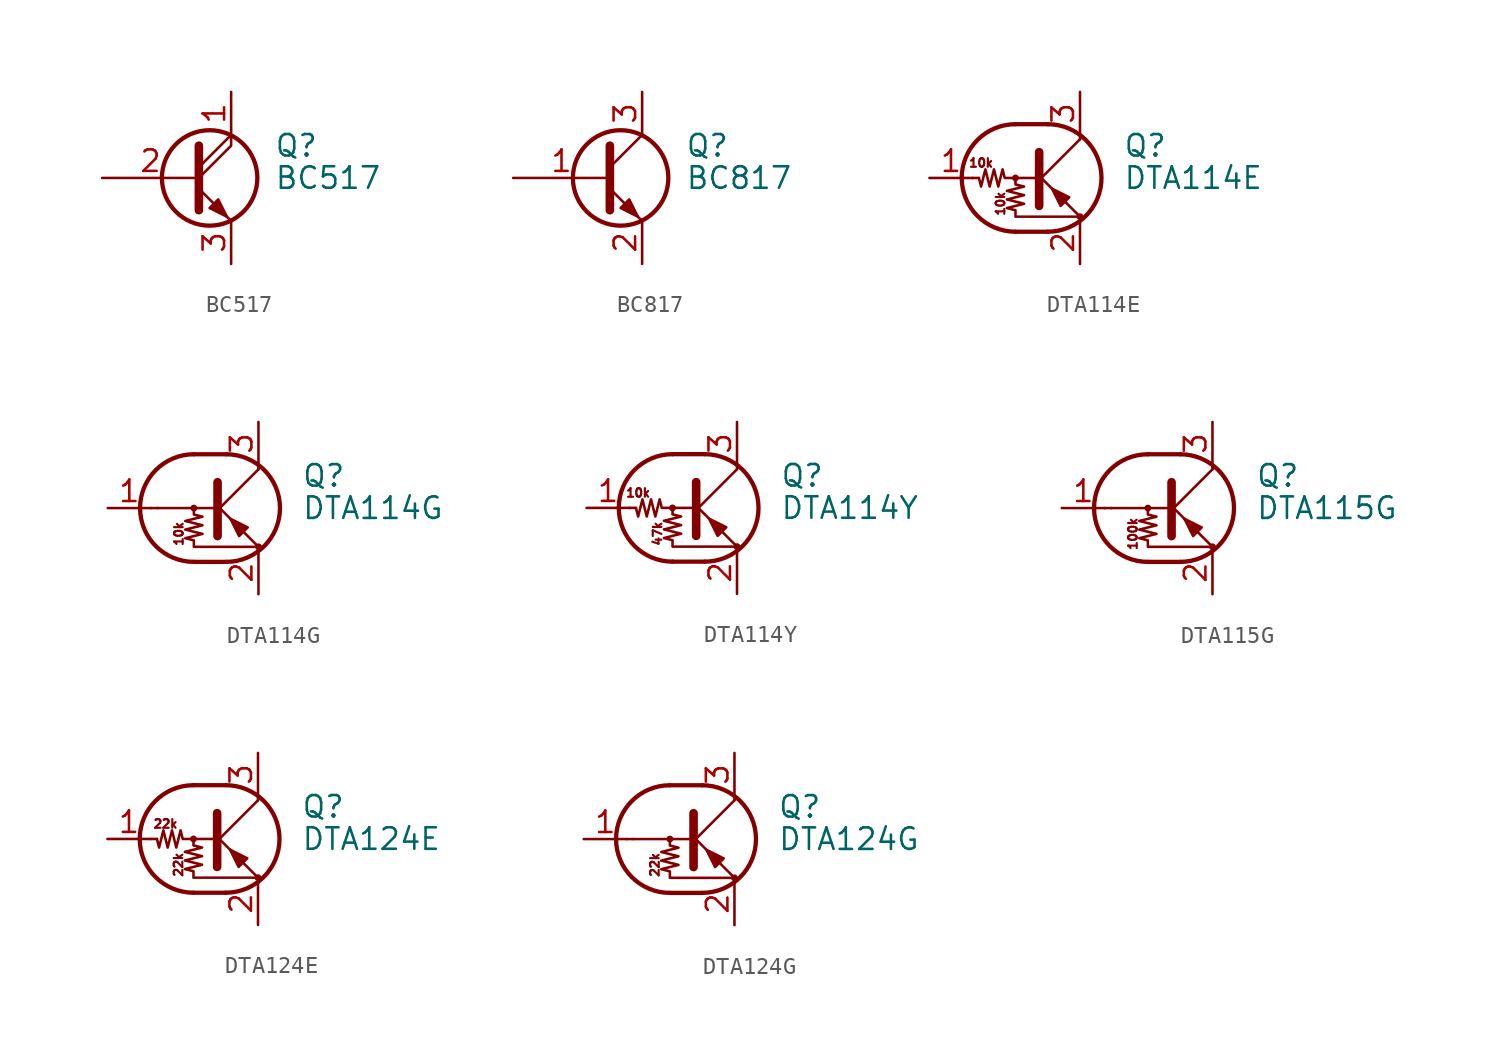
<source format=kicad_sym>
(kicad_symbol_lib
  (version 20220914)
  (generator kicad_symbol_editor)
  (symbol "BC517"
    (pin_names
      (offset 0) hide)
    (property "Reference" "Q"
      (at 5.08 1.905 0)
      (effects (font (size 1.27 1.27)) (justify left)))
    (property "Value" "BC517"
      (at 5.08 0 0)
      (effects (font (size 1.27 1.27)) (justify left)))
    (symbol "BC517_0_1"
      (polyline (pts (xy 0.635 0.635) (xy 2.54 2.54)) (stroke (width 0) (type solid)) (fill (type none)))
      (polyline (pts (xy 0.635 -0.635) (xy 2.54 -2.54) (xy 2.54 -2.54)) (stroke (width 0) (type solid)) (fill (type none)))
      (polyline (pts (xy 0.635 0) (xy 2.54 1.905) (xy 2.54 2.54)) (stroke (width 0) (type solid)) (fill (type none)))
      (polyline (pts (xy 0.635 1.905) (xy 0.635 -1.905) (xy 0.635 -1.905)) (stroke (width 0.508) (type solid)) (fill (type none)))
      (polyline (pts (xy 1.27 -1.778) (xy 1.778 -1.27) (xy 2.286 -2.286) (xy 1.27 -1.778) (xy 1.27 -1.778)) (stroke (width 0) (type solid)) (fill (type outline)))
      (circle (center 1.27 0) (radius 2.819) (stroke (width 0.254) (type solid)) (fill (type none))))
    (symbol "BC517_1_1"
      (pin passive line (at 2.54 5.08 270) (length 2.54) (name "C" (effects (font (size 1.27 1.27)))) (number "1" (effects (font (size 1.27 1.27)))))
      (pin input line (at -5.08 0 0) (length 5.715) (name "B" (effects (font (size 1.27 1.27)))) (number "2" (effects (font (size 1.27 1.27)))))
      (pin passive line (at 2.54 -5.08 90) (length 2.54) (name "E" (effects (font (size 1.27 1.27)))) (number "3" (effects (font (size 1.27 1.27)))))))
  (symbol "BC817"
    (pin_names
      (offset 0) hide)
    (property "Reference" "Q"
      (at 5.08 1.905 0)
      (effects (font (size 1.27 1.27)) (justify left)))
    (property "Value" "BC817"
      (at 5.08 0 0)
      (effects (font (size 1.27 1.27)) (justify left)))
    (symbol "BC817_0_1"
      (polyline (pts (xy 0.635 0.635) (xy 2.54 2.54)) (stroke (width 0) (type solid)) (fill (type none)))
      (polyline (pts (xy 0.635 -0.635) (xy 2.54 -2.54) (xy 2.54 -2.54)) (stroke (width 0) (type solid)) (fill (type none)))
      (polyline (pts (xy 0.635 1.905) (xy 0.635 -1.905) (xy 0.635 -1.905)) (stroke (width 0.508) (type solid)) (fill (type none)))
      (polyline (pts (xy 1.27 -1.778) (xy 1.778 -1.27) (xy 2.286 -2.286) (xy 1.27 -1.778) (xy 1.27 -1.778)) (stroke (width 0) (type solid)) (fill (type outline)))
      (circle (center 1.27 0) (radius 2.819) (stroke (width 0.254) (type solid)) (fill (type none))))
    (symbol "BC817_1_1"
      (pin input line (at -5.08 0 0) (length 5.715) (name "B" (effects (font (size 1.27 1.27)))) (number "1" (effects (font (size 1.27 1.27)))))
      (pin passive line (at 2.54 -5.08 90) (length 2.54) (name "E" (effects (font (size 1.27 1.27)))) (number "2" (effects (font (size 1.27 1.27)))))
      (pin passive line (at 2.54 5.08 270) (length 2.54) (name "C" (effects (font (size 1.27 1.27)))) (number "3" (effects (font (size 1.27 1.27)))))))
  (symbol "DTA114E"
    (pin_names
      (offset 0) hide)
    (property "Reference" "Q"
      (at 5.08 1.905 0)
      (effects (font (size 1.27 1.27)) (justify left)))
    (property "Value" "DTA114E"
      (at 5.08 0 0)
      (effects (font (size 1.27 1.27)) (justify left)))
    (symbol "DTA114E_0_0"
      (text "10k" (at -3.302 0.889 0) (effects (font (size 0.508 0.508))))
      (text "10k" (at -2.159 -1.524 900) (effects (font (size 0.508 0.508)))))
    (symbol "DTA114E_0_1"
      (circle (center -1.27 0) (radius 0.127) (stroke (width 0) (type solid)) (fill (type none)))
      (arc (start -1.27 3.175) (mid -4.4312 0) (end -1.27 -3.175) (stroke (width 0.254) (type solid)) (fill (type none)))
      (polyline (pts (xy -3.429 0) (xy -3.81 0)) (stroke (width 0) (type solid)) (fill (type none)))
      (polyline (pts (xy -1.27 -3.175) (xy 0.635 -3.175)) (stroke (width 0.254) (type solid)) (fill (type none)))
      (polyline (pts (xy -1.27 3.175) (xy 0.635 3.175)) (stroke (width 0.254) (type solid)) (fill (type none)))
      (polyline (pts (xy 0 -0.254) (xy 2.54 2.286)) (stroke (width 0) (type solid)) (fill (type none)))
      (polyline (pts (xy 0.127 1.524) (xy 0.127 -1.651)) (stroke (width 0.508) (type solid)) (fill (type outline)))
      (polyline (pts (xy 2.54 2.286) (xy 2.54 2.54)) (stroke (width 0) (type solid)) (fill (type none)))
      (polyline (pts (xy 2.54 -2.286) (xy 0 0.254) (xy 0 0.254)) (stroke (width 0) (type solid)) (fill (type none)))
      (polyline (pts (xy 1.397 -1.651) (xy 1.905 -1.143) (xy 0.889 -0.635) (xy 1.397 -1.651)) (stroke (width 0) (type solid)) (fill (type outline)))
      (polyline (pts (xy 0 0) (xy -1.905 0) (xy -2.032 0.508) (xy -2.286 -0.508) (xy -2.54 0.508) (xy -2.794 -0.508) (xy -3.048 0.508) (xy -3.302 -0.508) (xy -3.429 0)) (stroke (width 0) (type solid)) (fill (type none)))
      (polyline (pts (xy -1.27 0) (xy -1.27 -0.381) (xy -0.762 -0.508) (xy -1.778 -0.762) (xy -0.762 -1.016) (xy -1.778 -1.27) (xy -0.762 -1.524) (xy -1.778 -1.778) (xy -1.27 -1.905) (xy -1.27 -2.286) (xy 2.54 -2.286)) (stroke (width 0) (type solid)) (fill (type none)))
      (arc (start 0.635 -3.175) (mid 3.7962 0) (end 0.635 3.175) (stroke (width 0.254) (type solid)) (fill (type none)))
      (circle (center 2.54 -2.286) (radius 0.127) (stroke (width 0) (type solid)) (fill (type none))))
    (symbol "DTA114E_1_1"
      (pin input line (at -6.35 0 0) (length 2.54) (name "B" (effects (font (size 1.27 1.27)))) (number "1" (effects (font (size 1.27 1.27)))))
      (pin passive line (at 2.54 -5.08 90) (length 2.54) (name "E" (effects (font (size 1.27 1.27)))) (number "2" (effects (font (size 1.27 1.27)))))
      (pin passive line (at 2.54 5.08 270) (length 2.54) (name "C" (effects (font (size 1.27 1.27)))) (number "3" (effects (font (size 1.27 1.27)))))))
  (symbol "DTA114G"
    (pin_names
      (offset 0) hide)
    (property "Reference" "Q"
      (at 5.08 1.905 0)
      (effects (font (size 1.27 1.27)) (justify left)))
    (property "Value" "DTA114G"
      (at 5.08 0 0)
      (effects (font (size 1.27 1.27)) (justify left)))
    (symbol "DTA114G_0_0"
      (polyline (pts (xy -3.429 0) (xy 0 0)) (stroke (width 0) (type solid)) (fill (type none)))
      (text "10k" (at -2.159 -1.524 900) (effects (font (size 0.508 0.508)))))
    (symbol "DTA114G_0_1"
      (circle (center -1.27 0) (radius 0.127) (stroke (width 0) (type solid)) (fill (type none)))
      (arc (start -1.27 3.175) (mid -4.4312 0) (end -1.27 -3.175) (stroke (width 0.254) (type solid)) (fill (type none)))
      (polyline (pts (xy -3.429 0) (xy -3.81 0)) (stroke (width 0) (type solid)) (fill (type none)))
      (polyline (pts (xy -1.27 -3.175) (xy 0.635 -3.175)) (stroke (width 0.254) (type solid)) (fill (type none)))
      (polyline (pts (xy -1.27 3.175) (xy 0.635 3.175)) (stroke (width 0.254) (type solid)) (fill (type none)))
      (polyline (pts (xy 0 -0.254) (xy 2.54 2.286)) (stroke (width 0) (type solid)) (fill (type none)))
      (polyline (pts (xy 0.127 1.524) (xy 0.127 -1.651)) (stroke (width 0.508) (type solid)) (fill (type outline)))
      (polyline (pts (xy 2.54 2.286) (xy 2.54 2.54)) (stroke (width 0) (type solid)) (fill (type none)))
      (polyline (pts (xy 2.54 -2.286) (xy 0 0.254) (xy 0 0.254)) (stroke (width 0) (type solid)) (fill (type none)))
      (polyline (pts (xy 1.397 -1.651) (xy 1.905 -1.143) (xy 0.889 -0.635) (xy 1.397 -1.651)) (stroke (width 0) (type solid)) (fill (type outline)))
      (polyline (pts (xy -1.27 0) (xy -1.27 -0.381) (xy -0.762 -0.508) (xy -1.778 -0.762) (xy -0.762 -1.016) (xy -1.778 -1.27) (xy -0.762 -1.524) (xy -1.778 -1.778) (xy -1.27 -1.905) (xy -1.27 -2.286) (xy 2.54 -2.286)) (stroke (width 0) (type solid)) (fill (type none)))
      (arc (start 0.635 -3.175) (mid 3.7962 0) (end 0.635 3.175) (stroke (width 0.254) (type solid)) (fill (type none)))
      (circle (center 2.54 -2.286) (radius 0.127) (stroke (width 0) (type solid)) (fill (type none))))
    (symbol "DTA114G_1_1"
      (pin input line (at -6.35 0 0) (length 2.54) (name "B" (effects (font (size 1.27 1.27)))) (number "1" (effects (font (size 1.27 1.27)))))
      (pin passive line (at 2.54 -5.08 90) (length 2.54) (name "E" (effects (font (size 1.27 1.27)))) (number "2" (effects (font (size 1.27 1.27)))))
      (pin passive line (at 2.54 5.08 270) (length 2.54) (name "C" (effects (font (size 1.27 1.27)))) (number "3" (effects (font (size 1.27 1.27)))))))
  (symbol "DTA114Y"
    (pin_names
      (offset 0) hide)
    (property "Reference" "Q"
      (at 5.08 1.905 0)
      (effects (font (size 1.27 1.27)) (justify left)))
    (property "Value" "DTA114Y"
      (at 5.08 0 0)
      (effects (font (size 1.27 1.27)) (justify left)))
    (symbol "DTA114Y_0_0"
      (text "10k" (at -3.302 0.889 0) (effects (font (size 0.508 0.508))))
      (text "47k" (at -2.159 -1.524 900) (effects (font (size 0.508 0.508)))))
    (symbol "DTA114Y_0_1"
      (circle (center -1.27 0) (radius 0.127) (stroke (width 0) (type solid)) (fill (type none)))
      (arc (start -1.27 3.175) (mid -4.4312 0) (end -1.27 -3.175) (stroke (width 0.254) (type solid)) (fill (type none)))
      (polyline (pts (xy -3.429 0) (xy -3.81 0)) (stroke (width 0) (type solid)) (fill (type none)))
      (polyline (pts (xy -1.27 -3.175) (xy 0.635 -3.175)) (stroke (width 0.254) (type solid)) (fill (type none)))
      (polyline (pts (xy -1.27 3.175) (xy 0.635 3.175)) (stroke (width 0.254) (type solid)) (fill (type none)))
      (polyline (pts (xy 0 -0.254) (xy 2.54 2.286)) (stroke (width 0) (type solid)) (fill (type none)))
      (polyline (pts (xy 0.127 1.524) (xy 0.127 -1.651)) (stroke (width 0.508) (type solid)) (fill (type outline)))
      (polyline (pts (xy 2.54 2.286) (xy 2.54 2.54)) (stroke (width 0) (type solid)) (fill (type none)))
      (polyline (pts (xy 2.54 -2.286) (xy 0 0.254) (xy 0 0.254)) (stroke (width 0) (type solid)) (fill (type none)))
      (polyline (pts (xy 1.397 -1.651) (xy 1.905 -1.143) (xy 0.889 -0.635) (xy 1.397 -1.651)) (stroke (width 0) (type solid)) (fill (type outline)))
      (polyline (pts (xy 0 0) (xy -1.905 0) (xy -2.032 0.508) (xy -2.286 -0.508) (xy -2.54 0.508) (xy -2.794 -0.508) (xy -3.048 0.508) (xy -3.302 -0.508) (xy -3.429 0)) (stroke (width 0) (type solid)) (fill (type none)))
      (polyline (pts (xy -1.27 0) (xy -1.27 -0.381) (xy -0.762 -0.508) (xy -1.778 -0.762) (xy -0.762 -1.016) (xy -1.778 -1.27) (xy -0.762 -1.524) (xy -1.778 -1.778) (xy -1.27 -1.905) (xy -1.27 -2.286) (xy 2.54 -2.286)) (stroke (width 0) (type solid)) (fill (type none)))
      (arc (start 0.635 -3.175) (mid 3.7962 0) (end 0.635 3.175) (stroke (width 0.254) (type solid)) (fill (type none)))
      (circle (center 2.54 -2.286) (radius 0.127) (stroke (width 0) (type solid)) (fill (type none))))
    (symbol "DTA114Y_1_1"
      (pin input line (at -6.35 0 0) (length 2.54) (name "B" (effects (font (size 1.27 1.27)))) (number "1" (effects (font (size 1.27 1.27)))))
      (pin passive line (at 2.54 -5.08 90) (length 2.54) (name "E" (effects (font (size 1.27 1.27)))) (number "2" (effects (font (size 1.27 1.27)))))
      (pin passive line (at 2.54 5.08 270) (length 2.54) (name "C" (effects (font (size 1.27 1.27)))) (number "3" (effects (font (size 1.27 1.27)))))))
  (symbol "DTA115G"
    (pin_names
      (offset 0) hide)
    (property "Reference" "Q"
      (at 5.08 1.905 0)
      (effects (font (size 1.27 1.27)) (justify left)))
    (property "Value" "DTA115G"
      (at 5.08 0 0)
      (effects (font (size 1.27 1.27)) (justify left)))
    (symbol "DTA115G_0_0"
      (polyline (pts (xy -3.429 0) (xy 0 0)) (stroke (width 0) (type solid)) (fill (type none)))
      (text "100k" (at -2.159 -1.524 900) (effects (font (size 0.508 0.508)))))
    (symbol "DTA115G_0_1"
      (circle (center -1.27 0) (radius 0.127) (stroke (width 0) (type solid)) (fill (type none)))
      (arc (start -1.27 3.175) (mid -4.4312 0) (end -1.27 -3.175) (stroke (width 0.254) (type solid)) (fill (type none)))
      (polyline (pts (xy -3.429 0) (xy -3.81 0)) (stroke (width 0) (type solid)) (fill (type none)))
      (polyline (pts (xy -1.27 -3.175) (xy 0.635 -3.175)) (stroke (width 0.254) (type solid)) (fill (type none)))
      (polyline (pts (xy -1.27 3.175) (xy 0.635 3.175)) (stroke (width 0.254) (type solid)) (fill (type none)))
      (polyline (pts (xy 0 -0.254) (xy 2.54 2.286)) (stroke (width 0) (type solid)) (fill (type none)))
      (polyline (pts (xy 0.127 1.524) (xy 0.127 -1.651)) (stroke (width 0.508) (type solid)) (fill (type outline)))
      (polyline (pts (xy 2.54 2.286) (xy 2.54 2.54)) (stroke (width 0) (type solid)) (fill (type none)))
      (polyline (pts (xy 2.54 -2.286) (xy 0 0.254) (xy 0 0.254)) (stroke (width 0) (type solid)) (fill (type none)))
      (polyline (pts (xy 1.397 -1.651) (xy 1.905 -1.143) (xy 0.889 -0.635) (xy 1.397 -1.651)) (stroke (width 0) (type solid)) (fill (type outline)))
      (polyline (pts (xy -1.27 0) (xy -1.27 -0.381) (xy -0.762 -0.508) (xy -1.778 -0.762) (xy -0.762 -1.016) (xy -1.778 -1.27) (xy -0.762 -1.524) (xy -1.778 -1.778) (xy -1.27 -1.905) (xy -1.27 -2.286) (xy 2.54 -2.286)) (stroke (width 0) (type solid)) (fill (type none)))
      (arc (start 0.635 -3.175) (mid 3.7962 0) (end 0.635 3.175) (stroke (width 0.254) (type solid)) (fill (type none)))
      (circle (center 2.54 -2.286) (radius 0.127) (stroke (width 0) (type solid)) (fill (type none))))
    (symbol "DTA115G_1_1"
      (pin input line (at -6.35 0 0) (length 2.54) (name "B" (effects (font (size 1.27 1.27)))) (number "1" (effects (font (size 1.27 1.27)))))
      (pin passive line (at 2.54 -5.08 90) (length 2.54) (name "E" (effects (font (size 1.27 1.27)))) (number "2" (effects (font (size 1.27 1.27)))))
      (pin passive line (at 2.54 5.08 270) (length 2.54) (name "C" (effects (font (size 1.27 1.27)))) (number "3" (effects (font (size 1.27 1.27)))))))
  (symbol "DTA124E"
    (pin_names
      (offset 0) hide)
    (property "Reference" "Q"
      (at 5.08 1.905 0)
      (effects (font (size 1.27 1.27)) (justify left)))
    (property "Value" "DTA124E"
      (at 5.08 0 0)
      (effects (font (size 1.27 1.27)) (justify left)))
    (symbol "DTA124E_0_0"
      (text "22k" (at -2.921 0.889 0) (effects (font (size 0.508 0.508))))
      (text "22k" (at -2.159 -1.524 900) (effects (font (size 0.508 0.508)))))
    (symbol "DTA124E_0_1"
      (circle (center -1.27 0) (radius 0.127) (stroke (width 0) (type solid)) (fill (type none)))
      (arc (start -1.27 3.175) (mid -4.4312 0) (end -1.27 -3.175) (stroke (width 0.254) (type solid)) (fill (type none)))
      (polyline (pts (xy -3.429 0) (xy -3.81 0)) (stroke (width 0) (type solid)) (fill (type none)))
      (polyline (pts (xy -1.27 -3.175) (xy 0.635 -3.175)) (stroke (width 0.254) (type solid)) (fill (type none)))
      (polyline (pts (xy -1.27 3.175) (xy 0.635 3.175)) (stroke (width 0.254) (type solid)) (fill (type none)))
      (polyline (pts (xy 0 -0.254) (xy 2.54 2.286)) (stroke (width 0) (type solid)) (fill (type none)))
      (polyline (pts (xy 0.127 1.524) (xy 0.127 -1.651)) (stroke (width 0.508) (type solid)) (fill (type outline)))
      (polyline (pts (xy 2.54 2.286) (xy 2.54 2.54)) (stroke (width 0) (type solid)) (fill (type none)))
      (polyline (pts (xy 2.54 -2.286) (xy 0 0.254) (xy 0 0.254)) (stroke (width 0) (type solid)) (fill (type none)))
      (polyline (pts (xy 1.397 -1.651) (xy 1.905 -1.143) (xy 0.889 -0.635) (xy 1.397 -1.651)) (stroke (width 0) (type solid)) (fill (type outline)))
      (polyline (pts (xy 0 0) (xy -1.905 0) (xy -2.032 0.508) (xy -2.286 -0.508) (xy -2.54 0.508) (xy -2.794 -0.508) (xy -3.048 0.508) (xy -3.302 -0.508) (xy -3.429 0)) (stroke (width 0) (type solid)) (fill (type none)))
      (polyline (pts (xy -1.27 0) (xy -1.27 -0.381) (xy -0.762 -0.508) (xy -1.778 -0.762) (xy -0.762 -1.016) (xy -1.778 -1.27) (xy -0.762 -1.524) (xy -1.778 -1.778) (xy -1.27 -1.905) (xy -1.27 -2.286) (xy 2.54 -2.286)) (stroke (width 0) (type solid)) (fill (type none)))
      (arc (start 0.635 -3.175) (mid 3.7962 0) (end 0.635 3.175) (stroke (width 0.254) (type solid)) (fill (type none)))
      (circle (center 2.54 -2.286) (radius 0.127) (stroke (width 0) (type solid)) (fill (type none))))
    (symbol "DTA124E_1_1"
      (pin input line (at -6.35 0 0) (length 2.54) (name "B" (effects (font (size 1.27 1.27)))) (number "1" (effects (font (size 1.27 1.27)))))
      (pin passive line (at 2.54 -5.08 90) (length 2.54) (name "E" (effects (font (size 1.27 1.27)))) (number "2" (effects (font (size 1.27 1.27)))))
      (pin passive line (at 2.54 5.08 270) (length 2.54) (name "C" (effects (font (size 1.27 1.27)))) (number "3" (effects (font (size 1.27 1.27)))))))
  (symbol "DTA124G"
    (pin_names
      (offset 0) hide)
    (property "Reference" "Q"
      (at 5.08 1.905 0)
      (effects (font (size 1.27 1.27)) (justify left)))
    (property "Value" "DTA124G"
      (at 5.08 0 0)
      (effects (font (size 1.27 1.27)) (justify left)))
    (symbol "DTA124G_0_0"
      (polyline (pts (xy -3.429 0) (xy 0 0)) (stroke (width 0) (type solid)) (fill (type none)))
      (text "22k" (at -2.159 -1.524 900) (effects (font (size 0.508 0.508)))))
    (symbol "DTA124G_0_1"
      (circle (center -1.27 0) (radius 0.127) (stroke (width 0) (type solid)) (fill (type none)))
      (arc (start -1.27 3.175) (mid -4.4312 0) (end -1.27 -3.175) (stroke (width 0.254) (type solid)) (fill (type none)))
      (polyline (pts (xy -3.429 0) (xy -3.81 0)) (stroke (width 0) (type solid)) (fill (type none)))
      (polyline (pts (xy -1.27 -3.175) (xy 0.635 -3.175)) (stroke (width 0.254) (type solid)) (fill (type none)))
      (polyline (pts (xy -1.27 3.175) (xy 0.635 3.175)) (stroke (width 0.254) (type solid)) (fill (type none)))
      (polyline (pts (xy 0 -0.254) (xy 2.54 2.286)) (stroke (width 0) (type solid)) (fill (type none)))
      (polyline (pts (xy 0.127 1.524) (xy 0.127 -1.651)) (stroke (width 0.508) (type solid)) (fill (type outline)))
      (polyline (pts (xy 2.54 2.286) (xy 2.54 2.54)) (stroke (width 0) (type solid)) (fill (type none)))
      (polyline (pts (xy 2.54 -2.286) (xy 0 0.254) (xy 0 0.254)) (stroke (width 0) (type solid)) (fill (type none)))
      (polyline (pts (xy 1.397 -1.651) (xy 1.905 -1.143) (xy 0.889 -0.635) (xy 1.397 -1.651)) (stroke (width 0) (type solid)) (fill (type outline)))
      (polyline (pts (xy -1.27 0) (xy -1.27 -0.381) (xy -0.762 -0.508) (xy -1.778 -0.762) (xy -0.762 -1.016) (xy -1.778 -1.27) (xy -0.762 -1.524) (xy -1.778 -1.778) (xy -1.27 -1.905) (xy -1.27 -2.286) (xy 2.54 -2.286)) (stroke (width 0) (type solid)) (fill (type none)))
      (arc (start 0.635 -3.175) (mid 3.7962 0) (end 0.635 3.175) (stroke (width 0.254) (type solid)) (fill (type none)))
      (circle (center 2.54 -2.286) (radius 0.127) (stroke (width 0) (type solid)) (fill (type none))))
    (symbol "DTA124G_1_1"
      (pin input line (at -6.35 0 0) (length 2.54) (name "B" (effects (font (size 1.27 1.27)))) (number "1" (effects (font (size 1.27 1.27)))))
      (pin passive line (at 2.54 -5.08 90) (length 2.54) (name "E" (effects (font (size 1.27 1.27)))) (number "2" (effects (font (size 1.27 1.27)))))
      (pin passive line (at 2.54 5.08 270) (length 2.54) (name "C" (effects (font (size 1.27 1.27)))) (number "3" (effects (font (size 1.27 1.27))))))))
</source>
